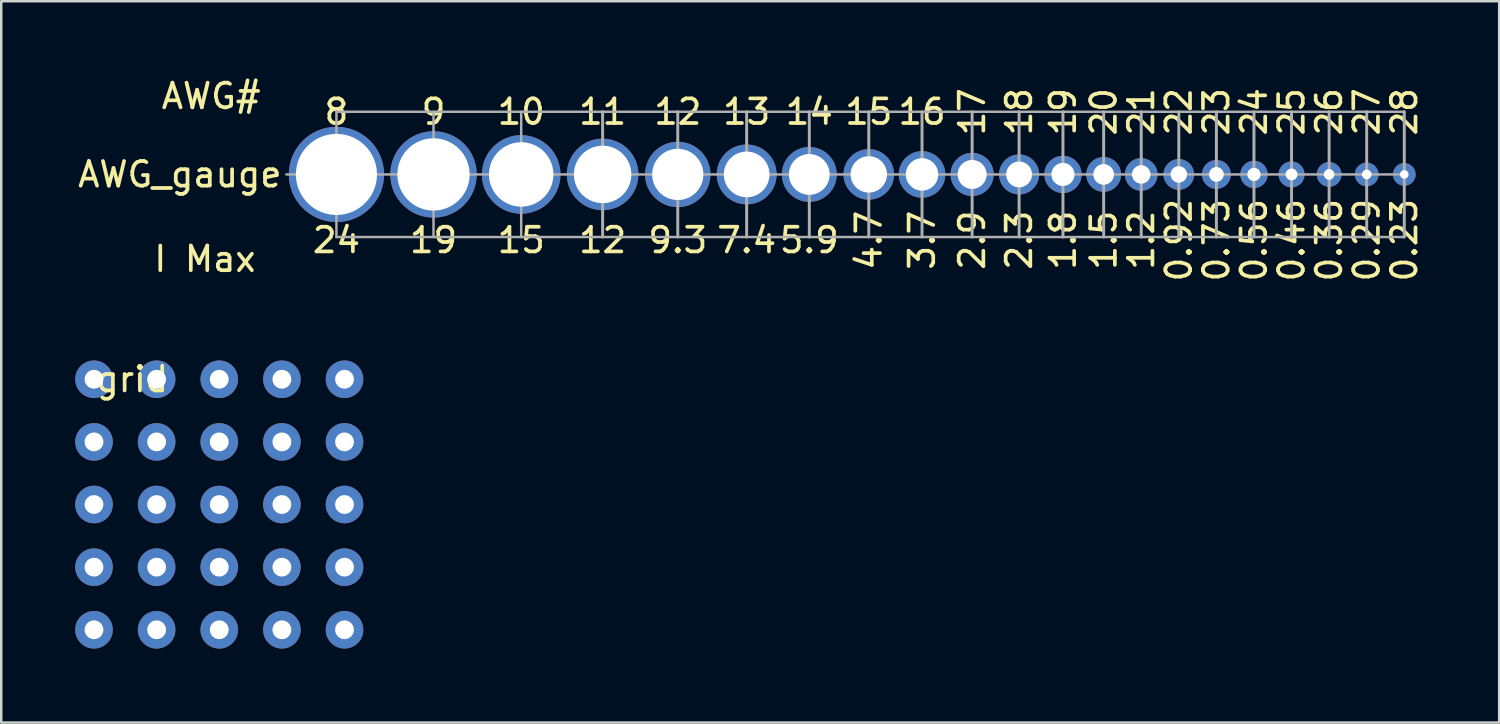
<source format=kicad_pcb>
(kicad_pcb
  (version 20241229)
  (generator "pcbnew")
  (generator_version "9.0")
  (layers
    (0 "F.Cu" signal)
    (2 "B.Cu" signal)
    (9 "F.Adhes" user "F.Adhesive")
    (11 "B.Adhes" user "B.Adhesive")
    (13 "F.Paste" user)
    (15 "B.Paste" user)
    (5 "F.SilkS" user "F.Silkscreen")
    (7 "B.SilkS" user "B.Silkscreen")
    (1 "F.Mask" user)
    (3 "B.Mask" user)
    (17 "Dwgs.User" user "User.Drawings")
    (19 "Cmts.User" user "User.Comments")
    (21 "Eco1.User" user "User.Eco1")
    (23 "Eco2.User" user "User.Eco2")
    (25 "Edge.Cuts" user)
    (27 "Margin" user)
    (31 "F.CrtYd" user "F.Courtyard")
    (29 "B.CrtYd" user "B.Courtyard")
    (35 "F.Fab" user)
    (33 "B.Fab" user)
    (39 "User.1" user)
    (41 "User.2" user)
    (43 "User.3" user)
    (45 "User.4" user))
  (footprint "AWG_gauge"
    (layer "F.Cu")
    (at 10.594 4.024)
    (property "Reference" "AWG_gauge" (at -6.35 0 0) (layer "F.SilkS") (effects (font (size 1 1) (thickness 0.15))))
    (attr through_hole)
    (fp_line (start -2.032 0) (end 43.18 0) (stroke (width 0.1) (type solid)) (layer "F.Fab"))
    (fp_line (start 0 -2.54) (end 0 2.54) (stroke (width 0.1) (type solid)) (layer "F.Fab"))
    (fp_line (start 0 -2.54) (end 43.307 -2.54) (stroke (width 0.1) (type solid)) (layer "F.Fab"))
    (fp_line (start 0 2.54) (end 43.307 2.54) (stroke (width 0.1) (type solid)) (layer "F.Fab"))
    (fp_line (start 3.937 -2.54) (end 3.937 2.54) (stroke (width 0.1) (type solid)) (layer "F.Fab"))
    (fp_line (start 7.493 -2.54) (end 7.493 2.54) (stroke (width 0.1) (type solid)) (layer "F.Fab"))
    (fp_line (start 10.795 -2.54) (end 10.795 2.54) (stroke (width 0.12) (type solid)) (layer "F.Fab"))
    (fp_line (start 13.843 -2.54) (end 13.843 2.54) (stroke (width 0.12) (type solid)) (layer "F.Fab"))
    (fp_line (start 16.637 -2.54) (end 16.637 2.54) (stroke (width 0.12) (type solid)) (layer "F.Fab"))
    (fp_line (start 19.177 -2.54) (end 19.177 2.54) (stroke (width 0.12) (type solid)) (layer "F.Fab"))
    (fp_line (start 21.59 -2.54) (end 21.59 2.54) (stroke (width 0.12) (type solid)) (layer "F.Fab"))
    (fp_line (start 23.749 -2.54) (end 23.749 2.54) (stroke (width 0.12) (type solid)) (layer "F.Fab"))
    (fp_line (start 25.781 -2.54) (end 25.781 2.54) (stroke (width 0.12) (type solid)) (layer "F.Fab"))
    (fp_line (start 27.686 -2.54) (end 27.686 2.54) (stroke (width 0.12) (type solid)) (layer "F.Fab"))
    (fp_line (start 29.464 -2.54) (end 29.464 2.54) (stroke (width 0.12) (type solid)) (layer "F.Fab"))
    (fp_line (start 31.115 -2.54) (end 31.115 2.54) (stroke (width 0.12) (type solid)) (layer "F.Fab"))
    (fp_line (start 32.639 -2.54) (end 32.639 2.54) (stroke (width 0.12) (type solid)) (layer "F.Fab"))
    (fp_line (start 34.163 -2.54) (end 34.163 2.54) (stroke (width 0.12) (type solid)) (layer "F.Fab"))
    (fp_line (start 35.687 -2.54) (end 35.687 2.54) (stroke (width 0.12) (type solid)) (layer "F.Fab"))
    (fp_line (start 37.211 -2.54) (end 37.211 2.54) (stroke (width 0.12) (type solid)) (layer "F.Fab"))
    (fp_line (start 38.735 -2.54) (end 38.735 2.54) (stroke (width 0.12) (type solid)) (layer "F.Fab"))
    (fp_line (start 40.259 -2.54) (end 40.259 2.54) (stroke (width 0.12) (type solid)) (layer "F.Fab"))
    (fp_line (start 41.783 -2.54) (end 41.783 2.54) (stroke (width 0.12) (type solid)) (layer "F.Fab"))
    (fp_line (start 43.307 -2.54) (end 43.307 2.54) (stroke (width 0.12) (type solid)) (layer "F.Fab"))
    (fp_text user "3.7" (at 23.749 2.667 90) (layer "F.SilkS") (effects (font (size 1 1) (thickness 0.15))))
    (fp_text user "25" (at 38.735 -2.54 90) (layer "F.SilkS") (effects (font (size 1 1) (thickness 0.15))))
    (fp_text user "AWG#" (at -5.08 -3.176 0) (layer "F.SilkS") (effects (font (size 1 1) (thickness 0.15))))
    (fp_text user "8" (at 0 -2.54 0) (layer "F.SilkS") (effects (font (size 1 1) (thickness 0.15))))
    (fp_text user "24" (at 0 2.667 0) (layer "F.SilkS") (effects (font (size 1 1) (thickness 0.15))))
    (fp_text user "28" (at 43.307 -2.54 90) (layer "F.SilkS") (effects (font (size 1 1) (thickness 0.15))))
    (fp_text user "4.7" (at 21.59 2.667 90) (layer "F.SilkS") (effects (font (size 1 1) (thickness 0.15))))
    (fp_text user "5.9" (at 19.177 2.667 0) (layer "F.SilkS") (effects (font (size 1 1) (thickness 0.15))))
    (fp_text user "20" (at 31.115 -2.54 90) (layer "F.SilkS") (effects (font (size 1 1) (thickness 0.15))))
    (fp_text user "0.56" (at 37.211 2.667 90) (layer "F.SilkS") (effects (font (size 1 1) (thickness 0.15))))
    (fp_text user "I Max" (at -5.334 3.429 0) (layer "F.SilkS") (effects (font (size 1 1) (thickness 0.15))))
    (fp_text user "15" (at 21.59 -2.54 180) (layer "F.SilkS") (effects (font (size 1 1) (thickness 0.15))))
    (fp_text user "16" (at 23.749 -2.54 180) (layer "F.SilkS") (effects (font (size 1 1) (thickness 0.15))))
    (fp_text user "0.23" (at 43.307 2.667 90) (layer "F.SilkS") (effects (font (size 1 1) (thickness 0.15))))
    (fp_text user "9" (at 3.937 -2.54 0) (layer "F.SilkS") (effects (font (size 1 1) (thickness 0.15))))
    (fp_text user "13" (at 16.637 -2.54 180) (layer "F.SilkS") (effects (font (size 1 1) (thickness 0.15))))
    (fp_text user "0.46" (at 38.735 2.667 90) (layer "F.SilkS") (effects (font (size 1 1) (thickness 0.15))))
    (fp_text user "24" (at 37.211 -2.54 90) (layer "F.SilkS") (effects (font (size 1 1) (thickness 0.15))))
    (fp_text user "15" (at 7.493 2.667 0) (layer "F.SilkS") (effects (font (size 1 1) (thickness 0.15))))
    (fp_text user "21" (at 32.639 -2.54 90) (layer "F.SilkS") (effects (font (size 1 1) (thickness 0.15))))
    (fp_text user "12" (at 13.843 -2.54 180) (layer "F.SilkS") (effects (font (size 1 1) (thickness 0.15))))
    (fp_text user "0.73" (at 35.687 2.667 90) (layer "F.SilkS") (effects (font (size 1 1) (thickness 0.15))))
    (fp_text user "19" (at 29.464 -2.54 90) (layer "F.SilkS") (effects (font (size 1 1) (thickness 0.15))))
    (fp_text user "19" (at 3.937 2.667 0) (layer "F.SilkS") (effects (font (size 1 1) (thickness 0.15))))
    (fp_text user "27" (at 41.783 -2.54 90) (layer "F.SilkS") (effects (font (size 1 1) (thickness 0.15))))
    (fp_text user "1.5" (at 31.115 2.667 90) (layer "F.SilkS") (effects (font (size 1 1) (thickness 0.15))))
    (fp_text user "0.29" (at 41.783 2.667 90) (layer "F.SilkS") (effects (font (size 1 1) (thickness 0.15))))
    (fp_text user "0.36" (at 40.259 2.667 90) (layer "F.SilkS") (effects (font (size 1 1) (thickness 0.15))))
    (fp_text user "11" (at 10.795 -2.54 180) (layer "F.SilkS") (effects (font (size 1 1) (thickness 0.15))))
    (fp_text user "1.2" (at 32.639 2.667 90) (layer "F.SilkS") (effects (font (size 1 1) (thickness 0.15))))
    (fp_text user "12" (at 10.795 2.667 0) (layer "F.SilkS") (effects (font (size 1 1) (thickness 0.15))))
    (fp_text user "9.3" (at 13.843 2.667 0) (layer "F.SilkS") (effects (font (size 1 1) (thickness 0.15))))
    (fp_text user "10" (at 7.493 -2.54 0) (unlocked yes) (layer "F.SilkS") (effects (font (size 1 1) (thickness 0.15))))
    (fp_text user "2.9" (at 25.781 2.667 90) (layer "F.SilkS") (effects (font (size 1 1) (thickness 0.15))))
    (fp_text user "7.4" (at 16.637 2.667 0) (layer "F.SilkS") (effects (font (size 1 1) (thickness 0.15))))
    (fp_text user "18" (at 27.686 -2.54 90) (layer "F.SilkS") (effects (font (size 1 1) (thickness 0.15))))
    (fp_text user "23" (at 35.687 -2.54 90) (layer "F.SilkS") (effects (font (size 1 1) (thickness 0.15))))
    (fp_text user "17" (at 25.781 -2.54 90) (layer "F.SilkS") (effects (font (size 1 1) (thickness 0.15))))
    (fp_text user "14" (at 19.177 -2.54 180) (layer "F.SilkS") (effects (font (size 1 1) (thickness 0.15))))
    (fp_text user "1.8" (at 29.464 2.667 90) (layer "F.SilkS") (effects (font (size 1 1) (thickness 0.15))))
    (fp_text user "0.92" (at 34.163 2.667 90) (layer "F.SilkS") (effects (font (size 1 1) (thickness 0.15))))
    (fp_text user "2.3" (at 27.686 2.667 90) (layer "F.SilkS") (effects (font (size 1 1) (thickness 0.15))))
    (fp_text user "26" (at 40.259 -2.54 90) (layer "F.SilkS") (effects (font (size 1 1) (thickness 0.15))))
    (fp_text user "22" (at 34.163 -2.54 90) (layer "F.SilkS") (effects (font (size 1 1) (thickness 0.15))))
    (pad "1" thru_hole circle (at 0 0) (size 3.864 3.864) (drill 3.289) (layers "*.Cu" "*.Mask"))
    (pad "2" thru_hole circle (at 3.937 0) (size 3.506 3.506) (drill 2.931) (layers "*.Cu" "*.Mask"))
    (pad "3" thru_hole circle (at 7.493 0) (size 3.188 3.188) (drill 2.613) (layers "*.Cu" "*.Mask"))
    (pad "4" thru_hole circle (at 10.795 0) (size 2.904 2.904) (drill 2.329) (layers "*.Cu" "*.Mask"))
    (pad "5" thru_hole circle (at 13.843 0) (size 2.652 2.652) (drill 2.077) (layers "*.Cu" "*.Mask"))
    (pad "6" thru_hole circle (at 16.637 0) (size 2.429 2.429) (drill 1.854) (layers "*.Cu" "*.Mask"))
    (pad "7" thru_hole circle (at 19.177 0) (size 2.228 2.228) (drill 1.653) (layers "*.Cu" "*.Mask"))
    (pad "8" thru_hole circle (at 21.59 -0.001) (size 2.05 2.05) (drill 1.475) (layers "*.Cu" "*.Mask"))
    (pad "9" thru_hole circle (at 23.749 0) (size 1.89 1.89) (drill 1.315) (layers "*.Cu" "*.Mask"))
    (pad "10" thru_hole circle (at 25.781 0) (size 1.751 1.751) (drill 1.176) (layers "*.Cu" "*.Mask"))
    (pad "11" thru_hole circle (at 27.686 0) (size 1.624 1.624) (drill 1.049) (layers "*.Cu" "*.Mask"))
    (pad "12" thru_hole circle (at 29.464 0) (size 1.512 1.512) (drill 0.937) (layers "*.Cu" "*.Mask"))
    (pad "13" thru_hole circle (at 31.115 0) (size 1.413 1.413) (drill 0.838) (layers "*.Cu" "*.Mask"))
    (pad "14" thru_hole circle (at 32.639 0) (size 1.324 1.324) (drill 0.749) (layers "*.Cu" "*.Mask"))
    (pad "15" thru_hole circle (at 34.163 0) (size 1.245 1.245) (drill 0.67) (layers "*.Cu" "*.Mask"))
    (pad "16" thru_hole circle (at 35.687 0) (size 1.174 1.174) (drill 0.599) (layers "*.Cu" "*.Mask"))
    (pad "17" thru_hole circle (at 37.211 0) (size 1.111 1.111) (drill 0.536) (layers "*.Cu" "*.Mask"))
    (pad "18" thru_hole circle (at 38.735 0) (size 1.055 1.055) (drill 0.48) (layers "*.Cu" "*.Mask"))
    (pad "19" thru_hole circle (at 40.259 0) (size 1.004 1.004) (drill 0.429) (layers "*.Cu" "*.Mask"))
    (pad "20" thru_hole circle (at 41.783 0) (size 0.961 0.961) (drill 0.386) (layers "*.Cu" "*.Mask"))
    (pad "21" thru_hole circle (at 43.307 0) (size 0.92 0.92) (drill 0.345) (layers "*.Cu" "*.Mask")))
  (footprint "grid"
    (layer "F.Cu")
    (at 0.762 22.491)
    (property "Reference" "grid" (at 0 -10.16 0) (layer "F.SilkS") (effects (font (size 1 1) (thickness 0.15)) (justify left)))
    (attr through_hole)
    (pad "1" thru_hole circle (at 0 0) (size 1.524 1.524) (drill 0.762) (layers "*.Cu"))
    (pad "2" thru_hole circle (at 0 -2.54) (size 1.524 1.524) (drill 0.762) (layers "*.Cu"))
    (pad "3" thru_hole circle (at 2.54 -2.54) (size 1.524 1.524) (drill 0.762) (layers "*.Cu"))
    (pad "4" thru_hole circle (at 2.54 0) (size 1.524 1.524) (drill 0.762) (layers "*.Cu"))
    (pad "5" thru_hole circle (at 5.08 0) (size 1.524 1.524) (drill 0.762) (layers "*.Cu"))
    (pad "6" thru_hole circle (at 5.08 -2.54) (size 1.524 1.524) (drill 0.762) (layers "*.Cu"))
    (pad "7" thru_hole circle (at 5.08 -5.08) (size 1.524 1.524) (drill 0.762) (layers "*.Cu"))
    (pad "8" thru_hole circle (at 2.54 -5.08) (size 1.524 1.524) (drill 0.762) (layers "*.Cu"))
    (pad "9" thru_hole circle (at 0 -5.08) (size 1.524 1.524) (drill 0.762) (layers "*.Cu"))
    (pad "10" thru_hole circle (at 0 -7.62) (size 1.524 1.524) (drill 0.762) (layers "*.Cu"))
    (pad "11" thru_hole circle (at 2.54 -7.62) (size 1.524 1.524) (drill 0.762) (layers "*.Cu"))
    (pad "12" thru_hole circle (at 5.08 -7.62) (size 1.524 1.524) (drill 0.762) (layers "*.Cu"))
    (pad "13" thru_hole circle (at 7.62 -7.62) (size 1.524 1.524) (drill 0.762) (layers "*.Cu"))
    (pad "14" thru_hole circle (at 7.62 -5.08) (size 1.524 1.524) (drill 0.762) (layers "*.Cu"))
    (pad "15" thru_hole circle (at 7.62 -2.54) (size 1.524 1.524) (drill 0.762) (layers "*.Cu"))
    (pad "16" thru_hole circle (at 7.62 0) (size 1.524 1.524) (drill 0.762) (layers "*.Cu"))
    (pad "17" thru_hole circle (at 0 -10.16) (size 1.524 1.524) (drill 0.762) (layers "*.Cu"))
    (pad "18" thru_hole circle (at 2.54 -10.16) (size 1.524 1.524) (drill 0.762) (layers "*.Cu"))
    (pad "19" thru_hole circle (at 5.08 -10.16) (size 1.524 1.524) (drill 0.762) (layers "*.Cu"))
    (pad "20" thru_hole circle (at 7.62 -10.16) (size 1.524 1.524) (drill 0.762) (layers "*.Cu"))
    (pad "21" thru_hole circle (at 10.16 -10.16) (size 1.524 1.524) (drill 0.762) (layers "*.Cu"))
    (pad "22" thru_hole circle (at 10.16 -7.62) (size 1.524 1.524) (drill 0.762) (layers "*.Cu"))
    (pad "23" thru_hole circle (at 10.16 -5.08) (size 1.524 1.524) (drill 0.762) (layers "*.Cu"))
    (pad "24" thru_hole circle (at 10.16 -2.54) (size 1.524 1.524) (drill 0.762) (layers "*.Cu"))
    (pad "25" thru_hole circle (at 10.16 0) (size 1.524 1.524) (drill 0.762) (layers "*.Cu")))
  (gr_rect
    (start -3 -3)
    (end 57.749 26.253)
    (stroke (width 0.1) (type default))
    (fill no)
    (layer "Edge.Cuts")))
</source>
